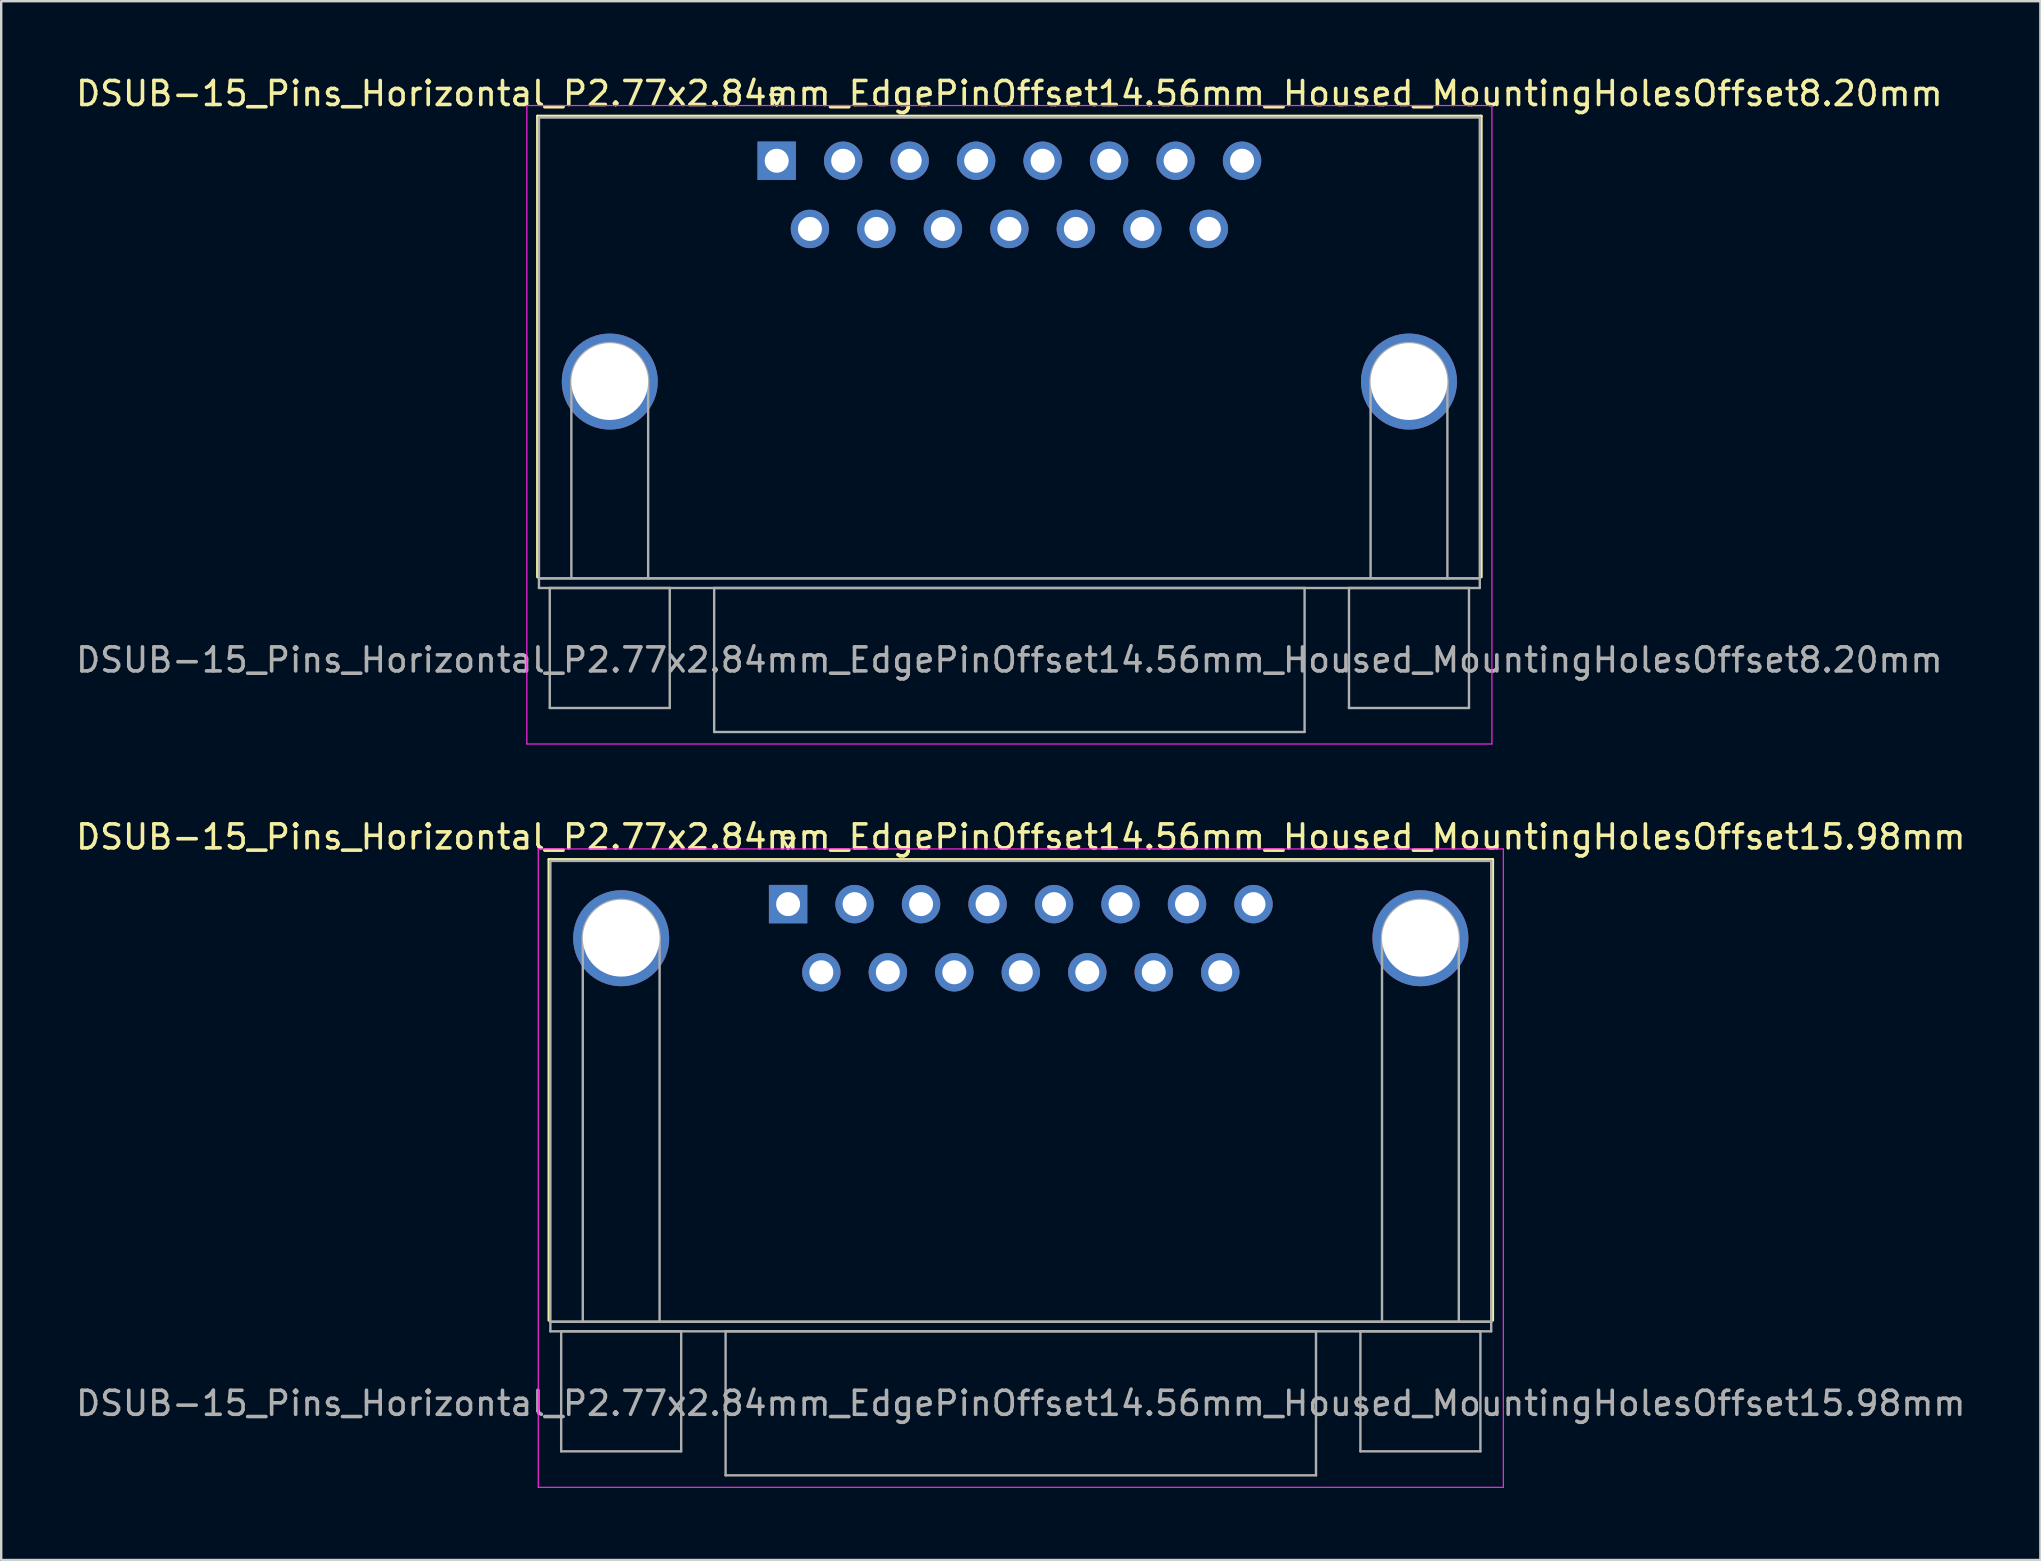
<source format=kicad_pcb>
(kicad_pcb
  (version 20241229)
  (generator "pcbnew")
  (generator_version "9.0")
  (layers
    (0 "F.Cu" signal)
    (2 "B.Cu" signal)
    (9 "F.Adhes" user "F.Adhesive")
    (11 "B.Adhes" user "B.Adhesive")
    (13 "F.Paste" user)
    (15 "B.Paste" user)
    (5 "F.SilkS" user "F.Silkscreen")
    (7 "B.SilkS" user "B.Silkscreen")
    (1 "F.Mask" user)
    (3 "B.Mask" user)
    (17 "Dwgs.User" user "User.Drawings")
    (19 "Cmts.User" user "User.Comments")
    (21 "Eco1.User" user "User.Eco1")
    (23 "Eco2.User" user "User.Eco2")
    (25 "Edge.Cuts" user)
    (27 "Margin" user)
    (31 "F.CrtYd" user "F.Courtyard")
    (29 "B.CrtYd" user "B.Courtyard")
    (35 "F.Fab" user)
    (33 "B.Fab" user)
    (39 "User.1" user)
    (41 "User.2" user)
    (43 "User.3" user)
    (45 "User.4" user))
  (footprint "DSUB-15_Pins_Horizontal_P2.77x2.84mm_EdgePinOffset14.56mm_Housed_MountingHolesOffset8.20mm"
    (layer "F.Cu")
    (at 29.311 3.648)
    (property "Reference" "DSUB-15_Pins_Horizontal_P2.77x2.84mm_EdgePinOffset14.56mm_Housed_MountingHolesOffset8.20mm" (at 9.695 -2.8 0) (layer "F.SilkS") (effects (font (size 1 1) (thickness 0.15))))
    (attr through_hole)
    (fp_line (start -9.965 -1.86) (end 29.355 -1.86) (stroke (width 0.12) (type solid)) (layer "F.SilkS"))
    (fp_line (start -9.965 17.34) (end -9.965 -1.86) (stroke (width 0.12) (type solid)) (layer "F.SilkS"))
    (fp_line (start -0.25 -2.754) (end 0.25 -2.754) (stroke (width 0.12) (type solid)) (layer "F.SilkS"))
    (fp_line (start 0 -2.321) (end -0.25 -2.754) (stroke (width 0.12) (type solid)) (layer "F.SilkS"))
    (fp_line (start 0.25 -2.754) (end 0 -2.321) (stroke (width 0.12) (type solid)) (layer "F.SilkS"))
    (fp_line (start 29.355 -1.86) (end 29.355 17.34) (stroke (width 0.12) (type solid)) (layer "F.SilkS"))
    (fp_line (start -10.41 -2.3) (end -10.41 24.3) (stroke (width 0.05) (type solid)) (layer "F.CrtYd"))
    (fp_line (start -10.41 24.3) (end 29.8 24.3) (stroke (width 0.05) (type solid)) (layer "F.CrtYd"))
    (fp_line (start 29.8 -2.3) (end -10.41 -2.3) (stroke (width 0.05) (type solid)) (layer "F.CrtYd"))
    (fp_line (start 29.8 24.3) (end 29.8 -2.3) (stroke (width 0.05) (type solid)) (layer "F.CrtYd"))
    (fp_line (start -9.905 -1.8) (end -9.905 17.4) (stroke (width 0.1) (type solid)) (layer "F.Fab"))
    (fp_line (start -9.905 17.4) (end -9.905 17.8) (stroke (width 0.1) (type solid)) (layer "F.Fab"))
    (fp_line (start -9.905 17.4) (end 29.295 17.4) (stroke (width 0.1) (type solid)) (layer "F.Fab"))
    (fp_line (start -9.905 17.8) (end 29.295 17.8) (stroke (width 0.1) (type solid)) (layer "F.Fab"))
    (fp_line (start -9.455 17.8) (end -9.455 22.8) (stroke (width 0.1) (type solid)) (layer "F.Fab"))
    (fp_line (start -9.455 22.8) (end -4.455 22.8) (stroke (width 0.1) (type solid)) (layer "F.Fab"))
    (fp_line (start -8.555 17.4) (end -8.555 9.2) (stroke (width 0.1) (type solid)) (layer "F.Fab"))
    (fp_line (start -5.355 17.4) (end -5.355 9.2) (stroke (width 0.1) (type solid)) (layer "F.Fab"))
    (fp_line (start -4.455 17.8) (end -9.455 17.8) (stroke (width 0.1) (type solid)) (layer "F.Fab"))
    (fp_line (start -4.455 22.8) (end -4.455 17.8) (stroke (width 0.1) (type solid)) (layer "F.Fab"))
    (fp_line (start -2.605 17.8) (end -2.605 23.8) (stroke (width 0.1) (type solid)) (layer "F.Fab"))
    (fp_line (start -2.605 23.8) (end 21.995 23.8) (stroke (width 0.1) (type solid)) (layer "F.Fab"))
    (fp_line (start 21.995 17.8) (end -2.605 17.8) (stroke (width 0.1) (type solid)) (layer "F.Fab"))
    (fp_line (start 21.995 23.8) (end 21.995 17.8) (stroke (width 0.1) (type solid)) (layer "F.Fab"))
    (fp_line (start 23.845 17.8) (end 23.845 22.8) (stroke (width 0.1) (type solid)) (layer "F.Fab"))
    (fp_line (start 23.845 22.8) (end 28.845 22.8) (stroke (width 0.1) (type solid)) (layer "F.Fab"))
    (fp_line (start 24.745 17.4) (end 24.745 9.2) (stroke (width 0.1) (type solid)) (layer "F.Fab"))
    (fp_line (start 27.945 17.4) (end 27.945 9.2) (stroke (width 0.1) (type solid)) (layer "F.Fab"))
    (fp_line (start 28.845 17.8) (end 23.845 17.8) (stroke (width 0.1) (type solid)) (layer "F.Fab"))
    (fp_line (start 28.845 22.8) (end 28.845 17.8) (stroke (width 0.1) (type solid)) (layer "F.Fab"))
    (fp_line (start 29.295 -1.8) (end -9.905 -1.8) (stroke (width 0.1) (type solid)) (layer "F.Fab"))
    (fp_line (start 29.295 17.4) (end -9.905 17.4) (stroke (width 0.1) (type solid)) (layer "F.Fab"))
    (fp_line (start 29.295 17.4) (end 29.295 -1.8) (stroke (width 0.1) (type solid)) (layer "F.Fab"))
    (fp_line (start 29.295 17.8) (end 29.295 17.4) (stroke (width 0.1) (type solid)) (layer "F.Fab"))
    (fp_arc (start -8.555 9.2) (mid -6.955 7.6) (end -5.355 9.2) (stroke (width 0.1) (type solid)) (layer "F.Fab"))
    (fp_arc (start 24.745 9.2) (mid 26.345 7.6) (end 27.945 9.2) (stroke (width 0.1) (type solid)) (layer "F.Fab"))
    (fp_text user "${REFERENCE}" (at 9.695 20.8 0) (layer "F.Fab") (effects (font (size 1 1) (thickness 0.15))))
    (pad "0" thru_hole circle (at -6.955 9.2) (size 4 4) (drill 3.2) (layers "*.Cu" "*.Mask"))
    (pad "0" thru_hole circle (at 26.345 9.2) (size 4 4) (drill 3.2) (layers "*.Cu" "*.Mask"))
    (pad "1" thru_hole rect (at 0 0) (size 1.6 1.6) (drill 1) (layers "*.Cu" "*.Mask"))
    (pad "2" thru_hole circle (at 2.77 0) (size 1.6 1.6) (drill 1) (layers "*.Cu" "*.Mask"))
    (pad "3" thru_hole circle (at 5.54 0) (size 1.6 1.6) (drill 1) (layers "*.Cu" "*.Mask"))
    (pad "4" thru_hole circle (at 8.31 0) (size 1.6 1.6) (drill 1) (layers "*.Cu" "*.Mask"))
    (pad "5" thru_hole circle (at 11.08 0) (size 1.6 1.6) (drill 1) (layers "*.Cu" "*.Mask"))
    (pad "6" thru_hole circle (at 13.85 0) (size 1.6 1.6) (drill 1) (layers "*.Cu" "*.Mask"))
    (pad "7" thru_hole circle (at 16.62 0) (size 1.6 1.6) (drill 1) (layers "*.Cu" "*.Mask"))
    (pad "8" thru_hole circle (at 19.39 0) (size 1.6 1.6) (drill 1) (layers "*.Cu" "*.Mask"))
    (pad "9" thru_hole circle (at 1.385 2.84) (size 1.6 1.6) (drill 1) (layers "*.Cu" "*.Mask"))
    (pad "10" thru_hole circle (at 4.155 2.84) (size 1.6 1.6) (drill 1) (layers "*.Cu" "*.Mask"))
    (pad "11" thru_hole circle (at 6.925 2.84) (size 1.6 1.6) (drill 1) (layers "*.Cu" "*.Mask"))
    (pad "12" thru_hole circle (at 9.695 2.84) (size 1.6 1.6) (drill 1) (layers "*.Cu" "*.Mask"))
    (pad "13" thru_hole circle (at 12.465 2.84) (size 1.6 1.6) (drill 1) (layers "*.Cu" "*.Mask"))
    (pad "14" thru_hole circle (at 15.235 2.84) (size 1.6 1.6) (drill 1) (layers "*.Cu" "*.Mask"))
    (pad "15" thru_hole circle (at 18.005 2.84) (size 1.6 1.6) (drill 1) (layers "*.Cu" "*.Mask")))
  (footprint "DSUB-15_Pins_Horizontal_P2.77x2.84mm_EdgePinOffset14.56mm_Housed_MountingHolesOffset15.98mm"
    (layer "F.Cu")
    (at 29.787 34.621)
    (property "Reference" "DSUB-15_Pins_Horizontal_P2.77x2.84mm_EdgePinOffset14.56mm_Housed_MountingHolesOffset15.98mm" (at 9.695 -2.8 0) (layer "F.SilkS") (effects (font (size 1 1) (thickness 0.15))))
    (attr through_hole)
    (fp_line (start -9.965 -1.86) (end 29.355 -1.86) (stroke (width 0.12) (type solid)) (layer "F.SilkS"))
    (fp_line (start -9.965 17.34) (end -9.965 -1.86) (stroke (width 0.12) (type solid)) (layer "F.SilkS"))
    (fp_line (start -0.25 -2.754) (end 0.25 -2.754) (stroke (width 0.12) (type solid)) (layer "F.SilkS"))
    (fp_line (start 0 -2.321) (end -0.25 -2.754) (stroke (width 0.12) (type solid)) (layer "F.SilkS"))
    (fp_line (start 0.25 -2.754) (end 0 -2.321) (stroke (width 0.12) (type solid)) (layer "F.SilkS"))
    (fp_line (start 29.355 -1.86) (end 29.355 17.34) (stroke (width 0.12) (type solid)) (layer "F.SilkS"))
    (fp_line (start -10.41 -2.3) (end -10.41 24.3) (stroke (width 0.05) (type solid)) (layer "F.CrtYd"))
    (fp_line (start -10.41 24.3) (end 29.8 24.3) (stroke (width 0.05) (type solid)) (layer "F.CrtYd"))
    (fp_line (start 29.8 -2.3) (end -10.41 -2.3) (stroke (width 0.05) (type solid)) (layer "F.CrtYd"))
    (fp_line (start 29.8 24.3) (end 29.8 -2.3) (stroke (width 0.05) (type solid)) (layer "F.CrtYd"))
    (fp_line (start -9.905 -1.8) (end -9.905 17.4) (stroke (width 0.1) (type solid)) (layer "F.Fab"))
    (fp_line (start -9.905 17.4) (end -9.905 17.8) (stroke (width 0.1) (type solid)) (layer "F.Fab"))
    (fp_line (start -9.905 17.4) (end 29.295 17.4) (stroke (width 0.1) (type solid)) (layer "F.Fab"))
    (fp_line (start -9.905 17.8) (end 29.295 17.8) (stroke (width 0.1) (type solid)) (layer "F.Fab"))
    (fp_line (start -9.455 17.8) (end -9.455 22.8) (stroke (width 0.1) (type solid)) (layer "F.Fab"))
    (fp_line (start -9.455 22.8) (end -4.455 22.8) (stroke (width 0.1) (type solid)) (layer "F.Fab"))
    (fp_line (start -8.555 17.4) (end -8.555 1.42) (stroke (width 0.1) (type solid)) (layer "F.Fab"))
    (fp_line (start -5.355 17.4) (end -5.355 1.42) (stroke (width 0.1) (type solid)) (layer "F.Fab"))
    (fp_line (start -4.455 17.8) (end -9.455 17.8) (stroke (width 0.1) (type solid)) (layer "F.Fab"))
    (fp_line (start -4.455 22.8) (end -4.455 17.8) (stroke (width 0.1) (type solid)) (layer "F.Fab"))
    (fp_line (start -2.605 17.8) (end -2.605 23.8) (stroke (width 0.1) (type solid)) (layer "F.Fab"))
    (fp_line (start -2.605 23.8) (end 21.995 23.8) (stroke (width 0.1) (type solid)) (layer "F.Fab"))
    (fp_line (start 21.995 17.8) (end -2.605 17.8) (stroke (width 0.1) (type solid)) (layer "F.Fab"))
    (fp_line (start 21.995 23.8) (end 21.995 17.8) (stroke (width 0.1) (type solid)) (layer "F.Fab"))
    (fp_line (start 23.845 17.8) (end 23.845 22.8) (stroke (width 0.1) (type solid)) (layer "F.Fab"))
    (fp_line (start 23.845 22.8) (end 28.845 22.8) (stroke (width 0.1) (type solid)) (layer "F.Fab"))
    (fp_line (start 24.745 17.4) (end 24.745 1.42) (stroke (width 0.1) (type solid)) (layer "F.Fab"))
    (fp_line (start 27.945 17.4) (end 27.945 1.42) (stroke (width 0.1) (type solid)) (layer "F.Fab"))
    (fp_line (start 28.845 17.8) (end 23.845 17.8) (stroke (width 0.1) (type solid)) (layer "F.Fab"))
    (fp_line (start 28.845 22.8) (end 28.845 17.8) (stroke (width 0.1) (type solid)) (layer "F.Fab"))
    (fp_line (start 29.295 -1.8) (end -9.905 -1.8) (stroke (width 0.1) (type solid)) (layer "F.Fab"))
    (fp_line (start 29.295 17.4) (end -9.905 17.4) (stroke (width 0.1) (type solid)) (layer "F.Fab"))
    (fp_line (start 29.295 17.4) (end 29.295 -1.8) (stroke (width 0.1) (type solid)) (layer "F.Fab"))
    (fp_line (start 29.295 17.8) (end 29.295 17.4) (stroke (width 0.1) (type solid)) (layer "F.Fab"))
    (fp_arc (start -8.555 1.42) (mid -6.955 -0.18) (end -5.355 1.42) (stroke (width 0.1) (type solid)) (layer "F.Fab"))
    (fp_arc (start 24.745 1.42) (mid 26.345 -0.18) (end 27.945 1.42) (stroke (width 0.1) (type solid)) (layer "F.Fab"))
    (fp_text user "${REFERENCE}" (at 9.695 20.8 0) (layer "F.Fab") (effects (font (size 1 1) (thickness 0.15))))
    (pad "0" thru_hole circle (at -6.955 1.42) (size 4 4) (drill 3.2) (layers "*.Cu" "*.Mask"))
    (pad "0" thru_hole circle (at 26.345 1.42) (size 4 4) (drill 3.2) (layers "*.Cu" "*.Mask"))
    (pad "1" thru_hole rect (at 0 0) (size 1.6 1.6) (drill 1) (layers "*.Cu" "*.Mask"))
    (pad "2" thru_hole circle (at 2.77 0) (size 1.6 1.6) (drill 1) (layers "*.Cu" "*.Mask"))
    (pad "3" thru_hole circle (at 5.54 0) (size 1.6 1.6) (drill 1) (layers "*.Cu" "*.Mask"))
    (pad "4" thru_hole circle (at 8.31 0) (size 1.6 1.6) (drill 1) (layers "*.Cu" "*.Mask"))
    (pad "5" thru_hole circle (at 11.08 0) (size 1.6 1.6) (drill 1) (layers "*.Cu" "*.Mask"))
    (pad "6" thru_hole circle (at 13.85 0) (size 1.6 1.6) (drill 1) (layers "*.Cu" "*.Mask"))
    (pad "7" thru_hole circle (at 16.62 0) (size 1.6 1.6) (drill 1) (layers "*.Cu" "*.Mask"))
    (pad "8" thru_hole circle (at 19.39 0) (size 1.6 1.6) (drill 1) (layers "*.Cu" "*.Mask"))
    (pad "9" thru_hole circle (at 1.385 2.84) (size 1.6 1.6) (drill 1) (layers "*.Cu" "*.Mask"))
    (pad "10" thru_hole circle (at 4.155 2.84) (size 1.6 1.6) (drill 1) (layers "*.Cu" "*.Mask"))
    (pad "11" thru_hole circle (at 6.925 2.84) (size 1.6 1.6) (drill 1) (layers "*.Cu" "*.Mask"))
    (pad "12" thru_hole circle (at 9.695 2.84) (size 1.6 1.6) (drill 1) (layers "*.Cu" "*.Mask"))
    (pad "13" thru_hole circle (at 12.465 2.84) (size 1.6 1.6) (drill 1) (layers "*.Cu" "*.Mask"))
    (pad "14" thru_hole circle (at 15.235 2.84) (size 1.6 1.6) (drill 1) (layers "*.Cu" "*.Mask"))
    (pad "15" thru_hole circle (at 18.005 2.84) (size 1.6 1.6) (drill 1) (layers "*.Cu" "*.Mask")))
  (gr_rect
    (start -3 -3)
    (end 81.964 61.947)
    (stroke (width 0.1) (type default))
    (fill no)
    (layer "Edge.Cuts")))
</source>
